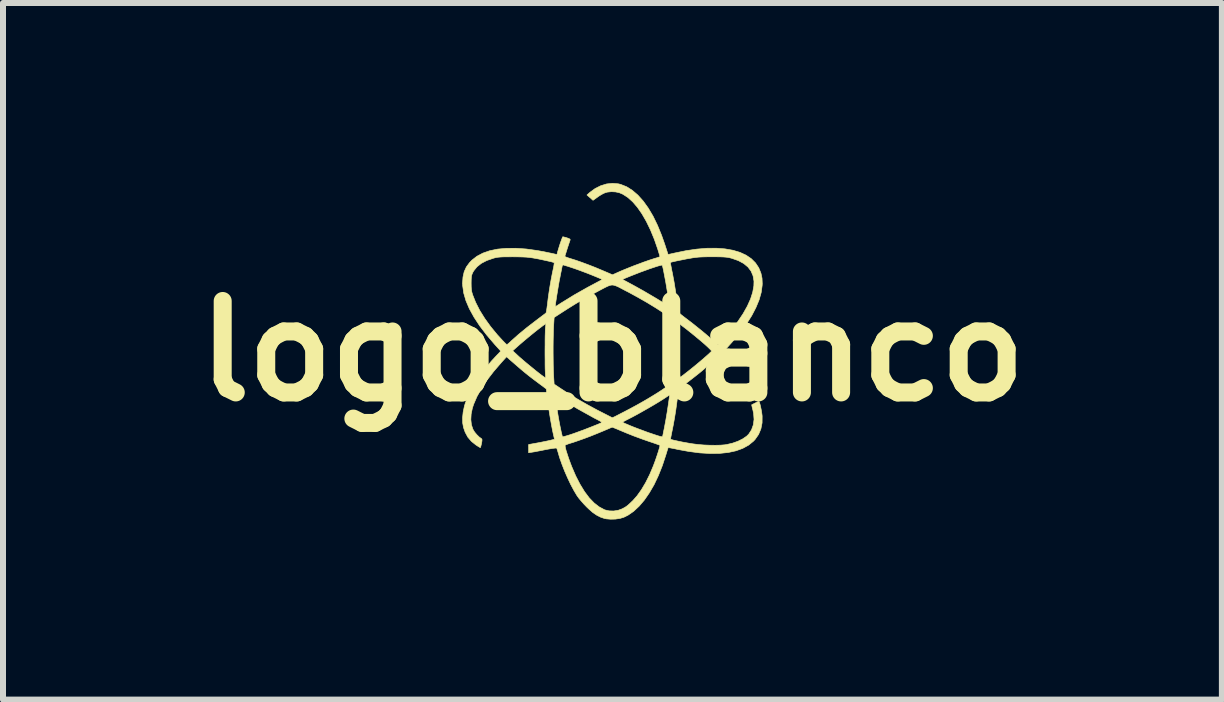
<source format=kicad_pcb>
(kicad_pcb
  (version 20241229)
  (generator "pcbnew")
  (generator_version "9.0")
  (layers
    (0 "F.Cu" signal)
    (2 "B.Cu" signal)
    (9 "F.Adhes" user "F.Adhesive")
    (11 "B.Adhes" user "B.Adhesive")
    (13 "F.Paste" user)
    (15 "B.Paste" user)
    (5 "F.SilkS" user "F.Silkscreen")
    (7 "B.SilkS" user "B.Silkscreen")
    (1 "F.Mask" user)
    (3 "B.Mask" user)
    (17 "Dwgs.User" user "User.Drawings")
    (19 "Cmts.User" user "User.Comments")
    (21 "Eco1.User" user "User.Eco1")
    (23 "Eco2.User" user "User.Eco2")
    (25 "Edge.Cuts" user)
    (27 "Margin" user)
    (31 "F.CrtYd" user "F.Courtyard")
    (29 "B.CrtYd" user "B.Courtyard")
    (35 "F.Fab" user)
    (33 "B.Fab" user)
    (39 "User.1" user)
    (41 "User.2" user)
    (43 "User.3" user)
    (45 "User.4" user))
  (footprint "logo_blanco"
    (layer "F.Cu")
    (at 7.156 2.8)
    (property "Reference" "logo_blanco" (at 0 0 0) (layer "F.SilkS") (effects (font (size 1.524 1.524) (thickness 0.3))))
    (attr through_hole)
    (fp_poly (pts (xy 0.097 -2.787) (xy 0.138 -2.777) (xy 0.236 -2.738) (xy 0.331 -2.678) (xy 0.423 -2.599) (xy 0.512 -2.5) (xy 0.596 -2.383) (xy 0.676 -2.248) (xy 0.75 -2.096) (xy 0.819 -1.927) (xy 0.87 -1.783) (xy 0.888 -1.727) (xy 0.904 -1.679) (xy 0.916 -1.641) (xy 0.924 -1.617) (xy 0.926 -1.611) (xy 0.937 -1.612) (xy 0.963 -1.617) (xy 1.002 -1.626) (xy 1.038 -1.634) (xy 1.227 -1.673) (xy 1.406 -1.699) (xy 1.574 -1.713) (xy 1.731 -1.714) (xy 1.875 -1.703) (xy 2.006 -1.68) (xy 2.124 -1.645) (xy 2.226 -1.598) (xy 2.313 -1.539) (xy 2.383 -1.469) (xy 2.437 -1.388) (xy 2.44 -1.381) (xy 2.474 -1.298) (xy 2.492 -1.214) (xy 2.496 -1.121) (xy 2.494 -1.09) (xy 2.478 -0.975) (xy 2.443 -0.852) (xy 2.39 -0.724) (xy 2.321 -0.591) (xy 2.235 -0.455) (xy 2.135 -0.317) (xy 2.02 -0.18) (xy 2.019 -0.179) (xy 1.983 -0.138) (xy 1.946 -0.097) (xy 1.915 -0.062) (xy 1.901 -0.046) (xy 1.861 0.000248) (xy 1.936 0.081) (xy 2.011 0.162) (xy 1.987 0.178) (xy 1.963 0.196) (xy 1.935 0.219) (xy 1.933 0.221) (xy 1.903 0.249) (xy 1.829 0.171) (xy 1.755 0.094) (xy 1.684 0.161) (xy 1.617 0.222) (xy 1.538 0.29) (xy 1.451 0.363) (xy 1.36 0.435) (xy 1.271 0.504) (xy 1.238 0.529) (xy 1.193 0.563) (xy 1.153 0.592) (xy 1.123 0.614) (xy 1.106 0.627) (xy 1.102 0.63) (xy 1.1 0.641) (xy 1.096 0.669) (xy 1.09 0.71) (xy 1.085 0.76) (xy 1.084 0.769) (xy 1.07 0.875) (xy 1.054 0.991) (xy 1.035 1.109) (xy 1.015 1.222) (xy 0.995 1.323) (xy 0.99 1.346) (xy 0.981 1.393) (xy 0.973 1.433) (xy 0.969 1.46) (xy 0.969 1.47) (xy 0.982 1.475) (xy 1.013 1.483) (xy 1.057 1.493) (xy 1.111 1.505) (xy 1.17 1.517) (xy 1.232 1.528) (xy 1.293 1.539) (xy 1.339 1.546) (xy 1.426 1.557) (xy 1.521 1.565) (xy 1.619 1.569) (xy 1.714 1.57) (xy 1.8 1.568) (xy 1.874 1.562) (xy 1.905 1.557) (xy 2.003 1.534) (xy 2.093 1.502) (xy 2.171 1.463) (xy 2.235 1.419) (xy 2.27 1.385) (xy 2.317 1.313) (xy 2.347 1.23) (xy 2.359 1.139) (xy 2.352 1.041) (xy 2.34 0.984) (xy 2.33 0.945) (xy 2.323 0.914) (xy 2.32 0.897) (xy 2.32 0.895) (xy 2.33 0.89) (xy 2.354 0.878) (xy 2.38 0.865) (xy 2.41 0.85) (xy 2.433 0.841) (xy 2.442 0.84) (xy 2.449 0.856) (xy 2.459 0.888) (xy 2.469 0.931) (xy 2.479 0.979) (xy 2.487 1.028) (xy 2.493 1.072) (xy 2.494 1.087) (xy 2.493 1.197) (xy 2.473 1.298) (xy 2.434 1.39) (xy 2.376 1.473) (xy 2.35 1.501) (xy 2.269 1.567) (xy 2.171 1.621) (xy 2.058 1.662) (xy 1.93 1.69) (xy 1.786 1.705) (xy 1.629 1.707) (xy 1.457 1.697) (xy 1.273 1.673) (xy 1.076 1.637) (xy 1.061 1.633) (xy 1.011 1.623) (xy 0.97 1.615) (xy 0.941 1.61) (xy 0.928 1.61) (xy 0.928 1.61) (xy 0.924 1.621) (xy 0.915 1.648) (xy 0.903 1.687) (xy 0.89 1.73) (xy 0.831 1.909) (xy 0.765 2.075) (xy 0.693 2.227) (xy 0.614 2.363) (xy 0.531 2.483) (xy 0.444 2.585) (xy 0.353 2.67) (xy 0.259 2.735) (xy 0.188 2.77) (xy 0.124 2.789) (xy 0.049 2.8) (xy -0.03 2.802) (xy -0.102 2.796) (xy -0.136 2.789) (xy -0.202 2.766) (xy -0.264 2.734) (xy -0.326 2.692) (xy -0.391 2.635) (xy -0.43 2.598) (xy -0.475 2.551) (xy -0.52 2.5) (xy -0.561 2.451) (xy -0.591 2.409) (xy -0.592 2.408) (xy -0.642 2.324) (xy -0.695 2.225) (xy -0.747 2.115) (xy -0.797 2.001) (xy -0.842 1.886) (xy -0.881 1.776) (xy -0.905 1.693) (xy -0.916 1.657) (xy -0.925 1.629) (xy -0.931 1.616) (xy -0.943 1.616) (xy -0.973 1.619) (xy -1.016 1.625) (xy -1.07 1.634) (xy -1.123 1.644) (xy -1.186 1.657) (xy -1.245 1.668) (xy -1.296 1.678) (xy -1.334 1.684) (xy -1.352 1.687) (xy -1.397 1.694) (xy -1.397 1.582) (xy -0.789 1.582) (xy -0.784 1.614) (xy -0.772 1.66) (xy -0.753 1.719) (xy -0.73 1.789) (xy -0.702 1.865) (xy -0.681 1.921) (xy -0.613 2.079) (xy -0.541 2.219) (xy -0.466 2.342) (xy -0.387 2.447) (xy -0.305 2.532) (xy -0.221 2.597) (xy -0.135 2.643) (xy -0.125 2.647) (xy -0.056 2.663) (xy 0.021 2.665) (xy 0.096 2.653) (xy 0.159 2.63) (xy 0.197 2.61) (xy 0.228 2.591) (xy 0.258 2.568) (xy 0.291 2.538) (xy 0.334 2.497) (xy 0.337 2.495) (xy 0.41 2.412) (xy 0.482 2.311) (xy 0.553 2.192) (xy 0.62 2.058) (xy 0.68 1.916) (xy 0.701 1.86) (xy 0.722 1.802) (xy 0.742 1.743) (xy 0.76 1.688) (xy 0.775 1.639) (xy 0.786 1.601) (xy 0.791 1.577) (xy 0.791 1.57) (xy 0.779 1.565) (xy 0.751 1.555) (xy 0.71 1.54) (xy 0.657 1.522) (xy 0.597 1.502) (xy 0.586 1.498) (xy 0.511 1.472) (xy 0.429 1.442) (xy 0.348 1.412) (xy 0.276 1.383) (xy 0.233 1.366) (xy 0.176 1.342) (xy 0.123 1.32) (xy 0.079 1.301) (xy 0.046 1.288) (xy 0.037 1.284) (xy -0.005 1.268) (xy -0.153 1.331) (xy -0.257 1.374) (xy -0.364 1.417) (xy -0.47 1.457) (xy -0.569 1.492) (xy -0.656 1.522) (xy -0.683 1.53) (xy -0.725 1.543) (xy -0.76 1.556) (xy -0.783 1.565) (xy -0.788 1.567) (xy -0.789 1.582) (xy -1.397 1.582) (xy -1.397 1.557) (xy -1.357 1.55) (xy -1.213 1.524) (xy -1.09 1.499) (xy -1.058 1.492) (xy -0.966 1.47) (xy -0.986 1.383) (xy -1 1.319) (xy -1.015 1.24) (xy -1.031 1.149) (xy -1.047 1.053) (xy -1.062 0.956) (xy -1.075 0.864) (xy -1.085 0.783) (xy -1.088 0.757) (xy -0.95 0.757) (xy -0.948 0.788) (xy -0.943 0.834) (xy -0.935 0.891) (xy -0.925 0.956) (xy -0.914 1.027) (xy -0.902 1.1) (xy -0.889 1.172) (xy -0.876 1.241) (xy -0.863 1.302) (xy -0.856 1.337) (xy -0.834 1.43) (xy -0.801 1.423) (xy -0.778 1.416) (xy -0.74 1.405) (xy -0.693 1.39) (xy -0.646 1.374) (xy -0.596 1.356) (xy -0.539 1.335) (xy -0.476 1.312) (xy -0.412 1.287) (xy -0.35 1.263) (xy -0.293 1.24) (xy -0.245 1.221) (xy -0.21 1.206) (xy -0.191 1.197) (xy -0.191 1.196) (xy -0.183 1.192) (xy -0.18 1.188) (xy -0.182 1.185) (xy 0.169 1.185) (xy 0.179 1.192) (xy 0.205 1.205) (xy 0.246 1.222) (xy 0.297 1.244) (xy 0.357 1.268) (xy 0.422 1.293) (xy 0.49 1.318) (xy 0.556 1.343) (xy 0.62 1.366) (xy 0.622 1.366) (xy 0.695 1.391) (xy 0.75 1.409) (xy 0.79 1.421) (xy 0.816 1.427) (xy 0.831 1.427) (xy 0.836 1.423) (xy 0.836 1.422) (xy 0.838 1.41) (xy 0.844 1.381) (xy 0.852 1.339) (xy 0.863 1.288) (xy 0.867 1.266) (xy 0.888 1.155) (xy 0.91 1.025) (xy 0.932 0.881) (xy 0.948 0.769) (xy 0.953 0.729) (xy 0.908 0.76) (xy 0.847 0.8) (xy 0.772 0.847) (xy 0.687 0.898) (xy 0.596 0.951) (xy 0.503 1.004) (xy 0.414 1.054) (xy 0.332 1.098) (xy 0.262 1.134) (xy 0.223 1.154) (xy 0.191 1.171) (xy 0.173 1.182) (xy 0.169 1.185) (xy -0.182 1.185) (xy -0.183 1.182) (xy -0.195 1.174) (xy -0.219 1.16) (xy -0.257 1.14) (xy -0.302 1.117) (xy -0.583 0.961) (xy -0.803 0.828) (xy -0.851 0.798) (xy -0.893 0.773) (xy -0.925 0.755) (xy -0.945 0.745) (xy -0.949 0.744) (xy -0.95 0.757) (xy -1.088 0.757) (xy -1.091 0.729) (xy -1.097 0.683) (xy -1.101 0.649) (xy -1.104 0.631) (xy -1.104 0.629) (xy -1.113 0.623) (xy -1.136 0.606) (xy -1.17 0.58) (xy -1.214 0.548) (xy -1.264 0.51) (xy -1.27 0.506) (xy -1.335 0.457) (xy -1.397 0.409) (xy -1.459 0.359) (xy -1.525 0.304) (xy -1.598 0.241) (xy -1.682 0.168) (xy -1.716 0.139) (xy -1.765 0.095) (xy -1.849 0.188) (xy -1.979 0.339) (xy -2.091 0.484) (xy -2.184 0.625) (xy -2.259 0.76) (xy -2.314 0.888) (xy -2.335 0.953) (xy -2.355 1.049) (xy -2.36 1.141) (xy -2.351 1.226) (xy -2.327 1.299) (xy -2.325 1.304) (xy -2.298 1.349) (xy -2.26 1.394) (xy -2.22 1.433) (xy -2.187 1.457) (xy -2.178 1.464) (xy -2.174 1.476) (xy -2.175 1.498) (xy -2.181 1.534) (xy -2.182 1.538) (xy -2.19 1.573) (xy -2.197 1.599) (xy -2.202 1.609) (xy -2.203 1.609) (xy -2.214 1.603) (xy -2.238 1.589) (xy -2.27 1.568) (xy -2.274 1.566) (xy -2.35 1.505) (xy -2.41 1.435) (xy -2.455 1.352) (xy -2.482 1.275) (xy -2.496 1.199) (xy -2.498 1.111) (xy -2.488 1.015) (xy -2.467 0.916) (xy -2.451 0.863) (xy -2.398 0.729) (xy -2.326 0.591) (xy -2.238 0.45) (xy -2.135 0.308) (xy -2.018 0.168) (xy -1.945 0.089) (xy -1.861 0.001) (xy -1.866 -0.005) (xy -1.663 -0.005) (xy -1.596 0.057) (xy -1.553 0.097) (xy -1.502 0.141) (xy -1.446 0.189) (xy -1.388 0.237) (xy -1.329 0.285) (xy -1.274 0.33) (xy -1.223 0.37) (xy -1.179 0.404) (xy -1.145 0.428) (xy -1.124 0.442) (xy -1.118 0.444) (xy -1.114 0.435) (xy -1.115 0.413) (xy -1.116 0.405) (xy -1.118 0.383) (xy -1.12 0.343) (xy -1.122 0.288) (xy -1.123 0.221) (xy -1.123 0.146) (xy -1.124 0.065) (xy -1.124 0.03) (xy -0.989 0.03) (xy -0.988 0.132) (xy -0.987 0.229) (xy -0.985 0.316) (xy -0.982 0.388) (xy -0.98 0.426) (xy -0.972 0.551) (xy -0.864 0.623) (xy -0.726 0.713) (xy -0.574 0.805) (xy -0.415 0.896) (xy -0.256 0.982) (xy -0.217 1.002) (xy -0.156 1.033) (xy -0.101 1.061) (xy -0.056 1.084) (xy -0.023 1.101) (xy -0.004 1.11) (xy -0.001 1.111) (xy 0.009 1.106) (xy 0.036 1.094) (xy 0.075 1.074) (xy 0.125 1.048) (xy 0.182 1.019) (xy 0.205 1.007) (xy 0.304 0.955) (xy 0.402 0.902) (xy 0.498 0.848) (xy 0.591 0.794) (xy 0.677 0.742) (xy 0.756 0.693) (xy 0.825 0.648) (xy 0.883 0.608) (xy 0.928 0.575) (xy 0.958 0.549) (xy 0.971 0.531) (xy 0.971 0.531) (xy 0.973 0.514) (xy 0.974 0.478) (xy 0.976 0.426) (xy 0.977 0.361) (xy 0.978 0.285) (xy 0.978 0.201) (xy 0.979 0.112) (xy 0.979 0.019) (xy 0.979 -0.006) (xy 1.117 -0.006) (xy 1.117 0.104) (xy 1.117 0.195) (xy 1.117 0.267) (xy 1.118 0.324) (xy 1.119 0.367) (xy 1.121 0.398) (xy 1.123 0.418) (xy 1.126 0.43) (xy 1.129 0.434) (xy 1.133 0.434) (xy 1.146 0.425) (xy 1.173 0.405) (xy 1.21 0.376) (xy 1.254 0.342) (xy 1.289 0.314) (xy 1.34 0.273) (xy 1.394 0.229) (xy 1.449 0.183) (xy 1.502 0.138) (xy 1.55 0.096) (xy 1.592 0.059) (xy 1.624 0.029) (xy 1.645 0.009) (xy 1.651 0.000386) (xy 1.643 -0.012) (xy 1.62 -0.036) (xy 1.585 -0.07) (xy 1.54 -0.111) (xy 1.486 -0.158) (xy 1.425 -0.209) (xy 1.361 -0.262) (xy 1.294 -0.316) (xy 1.228 -0.369) (xy 1.163 -0.418) (xy 1.154 -0.426) (xy 1.117 -0.454) (xy 1.117 -0.006) (xy 0.979 -0.006) (xy 0.979 -0.074) (xy 0.978 -0.165) (xy 0.978 -0.251) (xy 0.977 -0.33) (xy 0.976 -0.399) (xy 0.974 -0.455) (xy 0.973 -0.496) (xy 0.971 -0.519) (xy 0.971 -0.521) (xy 0.965 -0.539) (xy 0.956 -0.555) (xy 0.939 -0.573) (xy 0.912 -0.594) (xy 0.871 -0.622) (xy 0.854 -0.634) (xy 0.721 -0.72) (xy 0.575 -0.809) (xy 0.421 -0.897) (xy 0.267 -0.981) (xy 0.214 -1.008) (xy 0.15 -1.042) (xy 0.1 -1.068) (xy 0.059 -1.086) (xy 0.025 -1.097) (xy -0.006 -1.101) (xy -0.038 -1.096) (xy -0.074 -1.083) (xy -0.118 -1.062) (xy -0.174 -1.033) (xy -0.245 -0.995) (xy -0.258 -0.988) (xy -0.389 -0.917) (xy -0.507 -0.851) (xy -0.619 -0.785) (xy -0.73 -0.716) (xy -0.827 -0.654) (xy -0.972 -0.56) (xy -0.981 -0.415) (xy -0.984 -0.349) (xy -0.986 -0.267) (xy -0.988 -0.174) (xy -0.989 -0.074) (xy -0.989 0.03) (xy -1.124 0.03) (xy -1.124 -0.018) (xy -1.123 -0.101) (xy -1.123 -0.179) (xy -1.122 -0.251) (xy -1.12 -0.312) (xy -1.119 -0.36) (xy -1.117 -0.391) (xy -1.116 -0.396) (xy -1.108 -0.458) (xy -1.155 -0.426) (xy -1.192 -0.398) (xy -1.242 -0.36) (xy -1.3 -0.314) (xy -1.364 -0.262) (xy -1.428 -0.209) (xy -1.49 -0.157) (xy -1.546 -0.109) (xy -1.555 -0.101) (xy -1.663 -0.005) (xy -1.866 -0.005) (xy -1.964 -0.113) (xy -2.098 -0.27) (xy -2.213 -0.421) (xy -2.308 -0.566) (xy -2.385 -0.706) (xy -2.442 -0.84) (xy -2.479 -0.967) (xy -2.496 -1.088) (xy -2.498 -1.132) (xy -2.498 -1.133) (xy -2.355 -1.133) (xy -2.355 -1.132) (xy -2.354 -1.071) (xy -2.351 -1.025) (xy -2.344 -0.985) (xy -2.333 -0.946) (xy -2.33 -0.937) (xy -2.28 -0.811) (xy -2.213 -0.679) (xy -2.129 -0.544) (xy -2.03 -0.407) (xy -1.919 -0.272) (xy -1.832 -0.177) (xy -1.802 -0.146) (xy -1.778 -0.122) (xy -1.762 -0.108) (xy -1.759 -0.106) (xy -1.75 -0.113) (xy -1.729 -0.13) (xy -1.7 -0.156) (xy -1.689 -0.167) (xy -1.568 -0.275) (xy -1.427 -0.391) (xy -1.275 -0.508) (xy -1.225 -0.546) (xy -1.18 -0.58) (xy -1.144 -0.607) (xy -1.119 -0.626) (xy -1.108 -0.635) (xy -1.108 -0.635) (xy -1.104 -0.647) (xy -1.098 -0.677) (xy -1.092 -0.719) (xy -1.088 -0.746) (xy -0.953 -0.746) (xy -0.952 -0.743) (xy -0.949 -0.743) (xy -0.94 -0.748) (xy -0.922 -0.758) (xy -0.893 -0.777) (xy -0.85 -0.805) (xy -0.841 -0.81) (xy -0.638 -0.935) (xy -0.419 -1.059) (xy -0.346 -1.098) (xy -0.168 -1.193) (xy -0.169 -1.194) (xy 0.165 -1.194) (xy 0.265 -1.141) (xy 0.39 -1.073) (xy 0.517 -1.002) (xy 0.638 -0.931) (xy 0.75 -0.865) (xy 0.804 -0.831) (xy 0.853 -0.801) (xy 0.894 -0.775) (xy 0.926 -0.755) (xy 0.944 -0.743) (xy 0.948 -0.741) (xy 0.947 -0.75) (xy 0.945 -0.772) (xy 0.945 -0.775) (xy 0.936 -0.84) (xy 0.926 -0.912) (xy 0.914 -0.989) (xy 0.901 -1.068) (xy 0.888 -1.146) (xy 0.874 -1.22) (xy 0.861 -1.288) (xy 0.85 -1.346) (xy 0.84 -1.391) (xy 0.832 -1.42) (xy 0.827 -1.431) (xy 0.814 -1.431) (xy 0.784 -1.424) (xy 0.739 -1.411) (xy 0.682 -1.392) (xy 0.616 -1.37) (xy 0.543 -1.343) (xy 0.465 -1.315) (xy 0.386 -1.284) (xy 0.307 -1.253) (xy 0.231 -1.222) (xy 0.207 -1.212) (xy 0.165 -1.194) (xy -0.169 -1.194) (xy -0.283 -1.242) (xy -0.347 -1.268) (xy -0.42 -1.297) (xy -0.497 -1.326) (xy -0.573 -1.354) (xy -0.644 -1.379) (xy -0.704 -1.399) (xy -0.743 -1.412) (xy -0.778 -1.422) (xy -0.807 -1.431) (xy -0.819 -1.435) (xy -0.832 -1.431) (xy -0.839 -1.411) (xy -0.843 -1.39) (xy -0.85 -1.353) (xy -0.86 -1.305) (xy -0.871 -1.249) (xy -0.876 -1.222) (xy -0.886 -1.175) (xy -0.896 -1.117) (xy -0.907 -1.052) (xy -0.918 -0.985) (xy -0.929 -0.919) (xy -0.938 -0.859) (xy -0.946 -0.807) (xy -0.951 -0.768) (xy -0.952 -0.746) (xy -0.953 -0.746) (xy -1.088 -0.746) (xy -1.085 -0.77) (xy -1.084 -0.779) (xy -1.072 -0.878) (xy -1.057 -0.984) (xy -1.04 -1.092) (xy -1.022 -1.195) (xy -1.004 -1.289) (xy -0.99 -1.355) (xy -0.98 -1.401) (xy -0.974 -1.439) (xy -0.971 -1.464) (xy -0.972 -1.473) (xy -0.985 -1.478) (xy -1.016 -1.487) (xy -1.059 -1.497) (xy -1.113 -1.509) (xy -1.173 -1.522) (xy -1.234 -1.535) (xy -1.295 -1.546) (xy -1.328 -1.552) (xy -1.378 -1.559) (xy -1.433 -1.565) (xy -1.498 -1.568) (xy -1.577 -1.57) (xy -1.667 -1.571) (xy -1.746 -1.57) (xy -1.807 -1.57) (xy -1.855 -1.568) (xy -1.893 -1.565) (xy -1.925 -1.561) (xy -1.954 -1.555) (xy -1.984 -1.547) (xy -2.094 -1.509) (xy -2.185 -1.462) (xy -2.258 -1.404) (xy -2.312 -1.337) (xy -2.329 -1.307) (xy -2.34 -1.281) (xy -2.348 -1.256) (xy -2.352 -1.227) (xy -2.354 -1.188) (xy -2.355 -1.133) (xy -2.498 -1.133) (xy -2.491 -1.233) (xy -2.471 -1.322) (xy -2.435 -1.401) (xy -2.382 -1.473) (xy -2.343 -1.514) (xy -2.26 -1.579) (xy -2.16 -1.632) (xy -2.045 -1.672) (xy -1.914 -1.699) (xy -1.769 -1.712) (xy -1.61 -1.713) (xy -1.437 -1.701) (xy -1.251 -1.675) (xy -1.122 -1.651) (xy -1.066 -1.639) (xy -1.015 -1.629) (xy -0.975 -1.62) (xy -0.95 -1.614) (xy -0.945 -1.613) (xy -0.926 -1.612) (xy -0.921 -1.622) (xy -0.918 -1.639) (xy -0.909 -1.67) (xy -0.897 -1.71) (xy -0.883 -1.756) (xy -0.868 -1.802) (xy -0.853 -1.844) (xy -0.84 -1.879) (xy -0.831 -1.9) (xy -0.828 -1.905) (xy -0.814 -1.902) (xy -0.787 -1.895) (xy -0.759 -1.887) (xy -0.724 -1.874) (xy -0.707 -1.864) (xy -0.705 -1.853) (xy -0.705 -1.852) (xy -0.712 -1.833) (xy -0.723 -1.8) (xy -0.737 -1.758) (xy -0.752 -1.713) (xy -0.766 -1.667) (xy -0.779 -1.626) (xy -0.789 -1.595) (xy -0.793 -1.579) (xy -0.794 -1.577) (xy -0.784 -1.571) (xy -0.759 -1.561) (xy -0.722 -1.548) (xy -0.696 -1.54) (xy -0.61 -1.513) (xy -0.51 -1.478) (xy -0.4 -1.437) (xy -0.287 -1.393) (xy -0.175 -1.346) (xy -0.156 -1.338) (xy 0.000352 -1.271) (xy 0.119 -1.324) (xy 0.187 -1.353) (xy 0.268 -1.386) (xy 0.356 -1.421) (xy 0.448 -1.455) (xy 0.506 -1.477) (xy 0.965 -1.477) (xy 0.966 -1.466) (xy 0.971 -1.438) (xy 0.979 -1.396) (xy 0.989 -1.343) (xy 1 -1.292) (xy 1.012 -1.227) (xy 1.026 -1.153) (xy 1.039 -1.073) (xy 1.052 -0.991) (xy 1.064 -0.912) (xy 1.074 -0.837) (xy 1.082 -0.773) (xy 1.088 -0.721) (xy 1.09 -0.686) (xy 1.09 -0.683) (xy 1.091 -0.669) (xy 1.095 -0.656) (xy 1.105 -0.642) (xy 1.123 -0.624) (xy 1.151 -0.601) (xy 1.192 -0.569) (xy 1.238 -0.534) (xy 1.321 -0.471) (xy 1.406 -0.403) (xy 1.492 -0.334) (xy 1.572 -0.267) (xy 1.644 -0.205) (xy 1.693 -0.161) (xy 1.722 -0.135) (xy 1.745 -0.115) (xy 1.758 -0.107) (xy 1.759 -0.106) (xy 1.768 -0.114) (xy 1.789 -0.134) (xy 1.818 -0.164) (xy 1.854 -0.202) (xy 1.868 -0.219) (xy 1.986 -0.357) (xy 2.089 -0.492) (xy 2.176 -0.622) (xy 2.247 -0.748) (xy 2.301 -0.868) (xy 2.337 -0.981) (xy 2.356 -1.086) (xy 2.358 -1.164) (xy 2.343 -1.253) (xy 2.31 -1.331) (xy 2.258 -1.4) (xy 2.187 -1.459) (xy 2.098 -1.507) (xy 1.99 -1.545) (xy 1.983 -1.547) (xy 1.952 -1.555) (xy 1.922 -1.561) (xy 1.889 -1.565) (xy 1.849 -1.568) (xy 1.799 -1.57) (xy 1.734 -1.571) (xy 1.672 -1.571) (xy 1.58 -1.571) (xy 1.504 -1.569) (xy 1.441 -1.566) (xy 1.385 -1.56) (xy 1.333 -1.553) (xy 1.328 -1.552) (xy 1.284 -1.544) (xy 1.231 -1.535) (xy 1.174 -1.523) (xy 1.117 -1.512) (xy 1.064 -1.501) (xy 1.019 -1.491) (xy 0.985 -1.483) (xy 0.967 -1.477) (xy 0.965 -1.477) (xy 0.506 -1.477) (xy 0.537 -1.488) (xy 0.617 -1.516) (xy 0.685 -1.538) (xy 0.693 -1.541) (xy 0.735 -1.553) (xy 0.768 -1.564) (xy 0.787 -1.57) (xy 0.791 -1.572) (xy 0.789 -1.582) (xy 0.782 -1.608) (xy 0.77 -1.647) (xy 0.756 -1.693) (xy 0.756 -1.694) (xy 0.697 -1.864) (xy 0.633 -2.019) (xy 0.564 -2.161) (xy 0.492 -2.286) (xy 0.416 -2.395) (xy 0.337 -2.487) (xy 0.256 -2.56) (xy 0.174 -2.613) (xy 0.113 -2.639) (xy 0.052 -2.652) (xy -0.017 -2.656) (xy -0.084 -2.649) (xy -0.12 -2.639) (xy -0.153 -2.625) (xy -0.194 -2.602) (xy -0.237 -2.575) (xy -0.247 -2.567) (xy -0.324 -2.512) (xy -0.425 -2.601) (xy -0.374 -2.646) (xy -0.288 -2.709) (xy -0.195 -2.755) (xy -0.098 -2.785) (xy 0.00038 -2.795) (xy 0.097 -2.787)) (stroke (width 0.01) (type solid)) (fill yes) (layer "F.SilkS")))
  (gr_rect
    (start -3 -3)
    (end 17.311 8.608)
    (stroke (width 0.1) (type default))
    (fill no)
    (layer "Edge.Cuts")))
</source>
